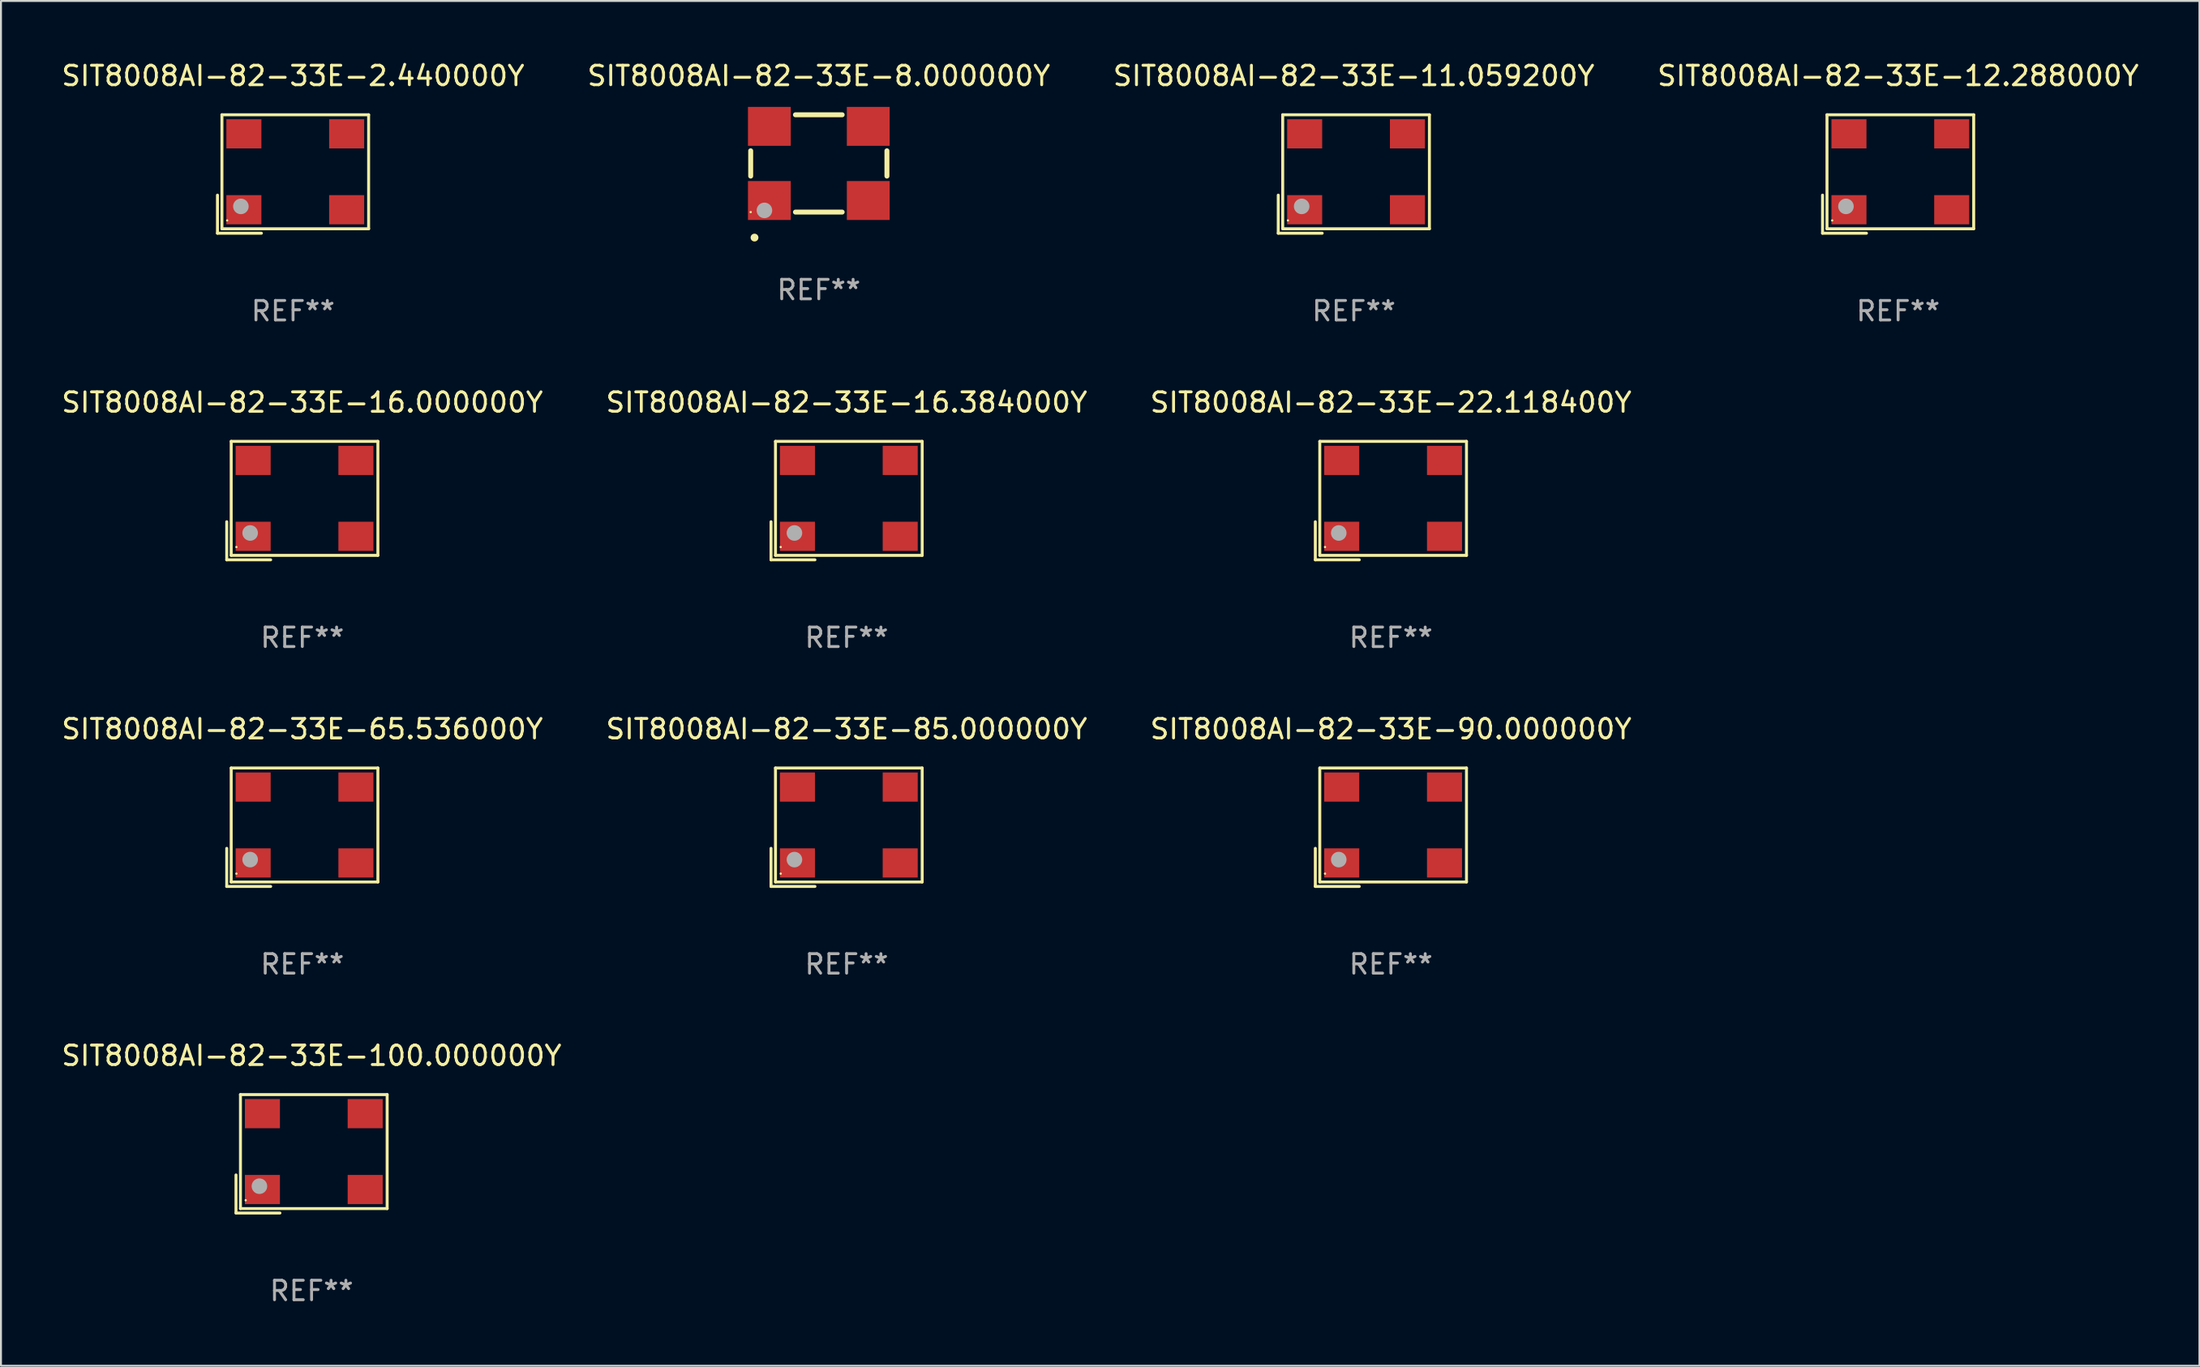
<source format=kicad_pcb>
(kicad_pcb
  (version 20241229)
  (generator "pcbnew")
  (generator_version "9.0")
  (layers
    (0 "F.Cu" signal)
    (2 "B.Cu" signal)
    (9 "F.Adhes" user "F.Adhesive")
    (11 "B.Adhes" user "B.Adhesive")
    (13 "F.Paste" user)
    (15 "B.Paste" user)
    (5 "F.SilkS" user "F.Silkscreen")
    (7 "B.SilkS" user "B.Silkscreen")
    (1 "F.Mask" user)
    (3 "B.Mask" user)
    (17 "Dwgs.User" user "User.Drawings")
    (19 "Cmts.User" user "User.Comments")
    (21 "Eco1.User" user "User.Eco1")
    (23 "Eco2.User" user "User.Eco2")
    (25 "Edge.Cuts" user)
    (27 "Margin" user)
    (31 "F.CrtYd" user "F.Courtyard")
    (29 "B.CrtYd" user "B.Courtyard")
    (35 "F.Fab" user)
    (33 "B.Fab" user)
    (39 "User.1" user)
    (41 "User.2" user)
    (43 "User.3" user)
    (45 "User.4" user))
  (footprint "SIT8008AI-82-33E-22.118400Y"
    (layer "F.Cu")
    (at 68.411 22.673)
    (property "Reference" "SIT8008AI-82-33E-22.118400Y" (at 0 -5.043 0) (layer "F.SilkS") (effects (font (size 1 1) (thickness 0.15))))
    (attr through_hole)
    (fp_line (start -3.883 1.086) (end -3.883 3.043) (stroke (width 0.152) (type solid)) (layer "F.SilkS"))
    (fp_line (start -3.883 3.043) (end -1.626 3.043) (stroke (width 0.152) (type solid)) (layer "F.SilkS"))
    (fp_line (start -3.654 -3.043) (end 3.883 -3.043) (stroke (width 0.152) (type solid)) (layer "F.SilkS"))
    (fp_line (start -3.654 2.814) (end -3.654 -3.043) (stroke (width 0.152) (type solid)) (layer "F.SilkS"))
    (fp_line (start 3.883 -3.043) (end 3.883 2.814) (stroke (width 0.152) (type solid)) (layer "F.SilkS"))
    (fp_line (start 3.883 2.814) (end -3.654 2.814) (stroke (width 0.152) (type solid)) (layer "F.SilkS"))
    (fp_circle (center -3.386 2.386) (end -3.356 2.386) (stroke (width 0.06) (type solid)) (fill no) (layer "F.SilkS"))
    (fp_circle (center -2.68 1.664) (end -2.48 1.664) (stroke (width 0.4) (type solid)) (fill no) (layer "F.Fab"))
    (fp_text user "REF**" (at 0 7.043 0) (layer "F.Fab") (effects (font (size 1 1) (thickness 0.15))))
    (pad "1" smd rect (at -2.526 1.836) (size 1.8 1.5) (layers "F.Cu" "F.Mask" "F.Paste"))
    (pad "2" smd rect (at 2.754 1.836) (size 1.8 1.5) (layers "F.Cu" "F.Mask" "F.Paste"))
    (pad "3" smd rect (at 2.754 -2.064) (size 1.8 1.5) (layers "F.Cu" "F.Mask" "F.Paste"))
    (pad "4" smd rect (at -2.526 -2.064) (size 1.8 1.5) (layers "F.Cu" "F.Mask" "F.Paste")))
  (footprint "SIT8008AI-82-33E-11.059200Y"
    (layer "F.Cu")
    (at 66.506 5.891)
    (property "Reference" "SIT8008AI-82-33E-11.059200Y" (at 0 -5.043 0) (layer "F.SilkS") (effects (font (size 1 1) (thickness 0.15))))
    (attr through_hole)
    (fp_line (start -3.883 1.086) (end -3.883 3.043) (stroke (width 0.152) (type solid)) (layer "F.SilkS"))
    (fp_line (start -3.883 3.043) (end -1.626 3.043) (stroke (width 0.152) (type solid)) (layer "F.SilkS"))
    (fp_line (start -3.654 -3.043) (end 3.883 -3.043) (stroke (width 0.152) (type solid)) (layer "F.SilkS"))
    (fp_line (start -3.654 2.814) (end -3.654 -3.043) (stroke (width 0.152) (type solid)) (layer "F.SilkS"))
    (fp_line (start 3.883 -3.043) (end 3.883 2.814) (stroke (width 0.152) (type solid)) (layer "F.SilkS"))
    (fp_line (start 3.883 2.814) (end -3.654 2.814) (stroke (width 0.152) (type solid)) (layer "F.SilkS"))
    (fp_circle (center -3.386 2.386) (end -3.356 2.386) (stroke (width 0.06) (type solid)) (fill no) (layer "F.SilkS"))
    (fp_circle (center -2.68 1.664) (end -2.48 1.664) (stroke (width 0.4) (type solid)) (fill no) (layer "F.Fab"))
    (fp_text user "REF**" (at 0 7.043 0) (layer "F.Fab") (effects (font (size 1 1) (thickness 0.15))))
    (pad "1" smd rect (at -2.526 1.836) (size 1.8 1.5) (layers "F.Cu" "F.Mask" "F.Paste"))
    (pad "2" smd rect (at 2.754 1.836) (size 1.8 1.5) (layers "F.Cu" "F.Mask" "F.Paste"))
    (pad "3" smd rect (at 2.754 -2.064) (size 1.8 1.5) (layers "F.Cu" "F.Mask" "F.Paste"))
    (pad "4" smd rect (at -2.526 -2.064) (size 1.8 1.5) (layers "F.Cu" "F.Mask" "F.Paste")))
  (footprint "SIT8008AI-82-33E-100.000000Y"
    (layer "F.Cu")
    (at 12.958 56.238)
    (property "Reference" "SIT8008AI-82-33E-100.000000Y" (at 0 -5.043 0) (layer "F.SilkS") (effects (font (size 1 1) (thickness 0.15))))
    (attr through_hole)
    (fp_line (start -3.883 1.086) (end -3.883 3.043) (stroke (width 0.152) (type solid)) (layer "F.SilkS"))
    (fp_line (start -3.883 3.043) (end -1.626 3.043) (stroke (width 0.152) (type solid)) (layer "F.SilkS"))
    (fp_line (start -3.654 -3.043) (end 3.883 -3.043) (stroke (width 0.152) (type solid)) (layer "F.SilkS"))
    (fp_line (start -3.654 2.814) (end -3.654 -3.043) (stroke (width 0.152) (type solid)) (layer "F.SilkS"))
    (fp_line (start 3.883 -3.043) (end 3.883 2.814) (stroke (width 0.152) (type solid)) (layer "F.SilkS"))
    (fp_line (start 3.883 2.814) (end -3.654 2.814) (stroke (width 0.152) (type solid)) (layer "F.SilkS"))
    (fp_circle (center -3.386 2.386) (end -3.356 2.386) (stroke (width 0.06) (type solid)) (fill no) (layer "F.SilkS"))
    (fp_circle (center -2.68 1.664) (end -2.48 1.664) (stroke (width 0.4) (type solid)) (fill no) (layer "F.Fab"))
    (fp_text user "REF**" (at 0 7.043 0) (layer "F.Fab") (effects (font (size 1 1) (thickness 0.15))))
    (pad "1" smd rect (at -2.526 1.836) (size 1.8 1.5) (layers "F.Cu" "F.Mask" "F.Paste"))
    (pad "2" smd rect (at 2.754 1.836) (size 1.8 1.5) (layers "F.Cu" "F.Mask" "F.Paste"))
    (pad "3" smd rect (at 2.754 -2.064) (size 1.8 1.5) (layers "F.Cu" "F.Mask" "F.Paste"))
    (pad "4" smd rect (at -2.526 -2.064) (size 1.8 1.5) (layers "F.Cu" "F.Mask" "F.Paste")))
  (footprint "SIT8008AI-82-33E-8.000000Y"
    (layer "F.Cu")
    (at 39.018 5.348)
    (property "Reference" "SIT8008AI-82-33E-8.000000Y" (at 0 -4.5 0) (layer "F.SilkS") (effects (font (size 1 1) (thickness 0.15))))
    (attr through_hole)
    (fp_line (start -3.5 0.65) (end -3.5 -0.65) (stroke (width 0.254) (type solid)) (layer "F.SilkS"))
    (fp_line (start 1.2 -2.5) (end -1.2 -2.5) (stroke (width 0.254) (type solid)) (layer "F.SilkS"))
    (fp_line (start 1.2 2.5) (end -1.2 2.5) (stroke (width 0.254) (type solid)) (layer "F.SilkS"))
    (fp_line (start 3.5 0.65) (end 3.5 -0.65) (stroke (width 0.254) (type solid)) (layer "F.SilkS"))
    (fp_arc (start -3.304547 3.81016) (mid -3.303277 3.810156) (end -3.302007 3.81016) (stroke (width 0.4) (type solid)) (layer "F.SilkS"))
    (fp_circle (center -3.5 2.5) (end -3.47 2.5) (stroke (width 0.06) (type solid)) (fill no) (layer "F.SilkS"))
    (fp_circle (center -2.794 2.413) (end -2.594 2.413) (stroke (width 0.4) (type solid)) (fill no) (layer "F.Fab"))
    (fp_text user "REF**" (at 0 6.5 0) (layer "F.Fab") (effects (font (size 1 1) (thickness 0.15))))
    (pad "1" smd rect (at -2.54 1.905 180) (size 2.2 2) (layers "F.Cu" "F.Mask" "F.Paste"))
    (pad "2" smd rect (at 2.54 1.905 180) (size 2.2 2) (layers "F.Cu" "F.Mask" "F.Paste"))
    (pad "3" smd rect (at 2.54 -1.905 180) (size 2.2 2) (layers "F.Cu" "F.Mask" "F.Paste"))
    (pad "4" smd rect (at -2.54 -1.905 180) (size 2.2 2) (layers "F.Cu" "F.Mask" "F.Paste")))
  (footprint "SIT8008AI-82-33E-12.288000Y"
    (layer "F.Cu")
    (at 94.47 5.891)
    (property "Reference" "SIT8008AI-82-33E-12.288000Y" (at 0 -5.043 0) (layer "F.SilkS") (effects (font (size 1 1) (thickness 0.15))))
    (attr through_hole)
    (fp_line (start -3.883 1.086) (end -3.883 3.043) (stroke (width 0.152) (type solid)) (layer "F.SilkS"))
    (fp_line (start -3.883 3.043) (end -1.626 3.043) (stroke (width 0.152) (type solid)) (layer "F.SilkS"))
    (fp_line (start -3.654 -3.043) (end 3.883 -3.043) (stroke (width 0.152) (type solid)) (layer "F.SilkS"))
    (fp_line (start -3.654 2.814) (end -3.654 -3.043) (stroke (width 0.152) (type solid)) (layer "F.SilkS"))
    (fp_line (start 3.883 -3.043) (end 3.883 2.814) (stroke (width 0.152) (type solid)) (layer "F.SilkS"))
    (fp_line (start 3.883 2.814) (end -3.654 2.814) (stroke (width 0.152) (type solid)) (layer "F.SilkS"))
    (fp_circle (center -3.386 2.386) (end -3.356 2.386) (stroke (width 0.06) (type solid)) (fill no) (layer "F.SilkS"))
    (fp_circle (center -2.68 1.664) (end -2.48 1.664) (stroke (width 0.4) (type solid)) (fill no) (layer "F.Fab"))
    (fp_text user "REF**" (at 0 7.043 0) (layer "F.Fab") (effects (font (size 1 1) (thickness 0.15))))
    (pad "1" smd rect (at -2.526 1.836) (size 1.8 1.5) (layers "F.Cu" "F.Mask" "F.Paste"))
    (pad "2" smd rect (at 2.754 1.836) (size 1.8 1.5) (layers "F.Cu" "F.Mask" "F.Paste"))
    (pad "3" smd rect (at 2.754 -2.064) (size 1.8 1.5) (layers "F.Cu" "F.Mask" "F.Paste"))
    (pad "4" smd rect (at -2.526 -2.064) (size 1.8 1.5) (layers "F.Cu" "F.Mask" "F.Paste")))
  (footprint "SIT8008AI-82-33E-2.440000Y"
    (layer "F.Cu")
    (at 12.006 5.891)
    (property "Reference" "SIT8008AI-82-33E-2.440000Y" (at 0 -5.043 0) (layer "F.SilkS") (effects (font (size 1 1) (thickness 0.15))))
    (attr through_hole)
    (fp_line (start -3.883 1.086) (end -3.883 3.043) (stroke (width 0.152) (type solid)) (layer "F.SilkS"))
    (fp_line (start -3.883 3.043) (end -1.626 3.043) (stroke (width 0.152) (type solid)) (layer "F.SilkS"))
    (fp_line (start -3.654 -3.043) (end 3.883 -3.043) (stroke (width 0.152) (type solid)) (layer "F.SilkS"))
    (fp_line (start -3.654 2.814) (end -3.654 -3.043) (stroke (width 0.152) (type solid)) (layer "F.SilkS"))
    (fp_line (start 3.883 -3.043) (end 3.883 2.814) (stroke (width 0.152) (type solid)) (layer "F.SilkS"))
    (fp_line (start 3.883 2.814) (end -3.654 2.814) (stroke (width 0.152) (type solid)) (layer "F.SilkS"))
    (fp_circle (center -3.386 2.386) (end -3.356 2.386) (stroke (width 0.06) (type solid)) (fill no) (layer "F.SilkS"))
    (fp_circle (center -2.68 1.664) (end -2.48 1.664) (stroke (width 0.4) (type solid)) (fill no) (layer "F.Fab"))
    (fp_text user "REF**" (at 0 7.043 0) (layer "F.Fab") (effects (font (size 1 1) (thickness 0.15))))
    (pad "1" smd rect (at -2.526 1.836) (size 1.8 1.5) (layers "F.Cu" "F.Mask" "F.Paste"))
    (pad "2" smd rect (at 2.754 1.836) (size 1.8 1.5) (layers "F.Cu" "F.Mask" "F.Paste"))
    (pad "3" smd rect (at 2.754 -2.064) (size 1.8 1.5) (layers "F.Cu" "F.Mask" "F.Paste"))
    (pad "4" smd rect (at -2.526 -2.064) (size 1.8 1.5) (layers "F.Cu" "F.Mask" "F.Paste")))
  (footprint "SIT8008AI-82-33E-85.000000Y"
    (layer "F.Cu")
    (at 40.446 39.456)
    (property "Reference" "SIT8008AI-82-33E-85.000000Y" (at 0 -5.043 0) (layer "F.SilkS") (effects (font (size 1 1) (thickness 0.15))))
    (attr through_hole)
    (fp_line (start -3.883 1.086) (end -3.883 3.043) (stroke (width 0.152) (type solid)) (layer "F.SilkS"))
    (fp_line (start -3.883 3.043) (end -1.626 3.043) (stroke (width 0.152) (type solid)) (layer "F.SilkS"))
    (fp_line (start -3.654 -3.043) (end 3.883 -3.043) (stroke (width 0.152) (type solid)) (layer "F.SilkS"))
    (fp_line (start -3.654 2.814) (end -3.654 -3.043) (stroke (width 0.152) (type solid)) (layer "F.SilkS"))
    (fp_line (start 3.883 -3.043) (end 3.883 2.814) (stroke (width 0.152) (type solid)) (layer "F.SilkS"))
    (fp_line (start 3.883 2.814) (end -3.654 2.814) (stroke (width 0.152) (type solid)) (layer "F.SilkS"))
    (fp_circle (center -3.386 2.386) (end -3.356 2.386) (stroke (width 0.06) (type solid)) (fill no) (layer "F.SilkS"))
    (fp_circle (center -2.68 1.664) (end -2.48 1.664) (stroke (width 0.4) (type solid)) (fill no) (layer "F.Fab"))
    (fp_text user "REF**" (at 0 7.043 0) (layer "F.Fab") (effects (font (size 1 1) (thickness 0.15))))
    (pad "1" smd rect (at -2.526 1.836) (size 1.8 1.5) (layers "F.Cu" "F.Mask" "F.Paste"))
    (pad "2" smd rect (at 2.754 1.836) (size 1.8 1.5) (layers "F.Cu" "F.Mask" "F.Paste"))
    (pad "3" smd rect (at 2.754 -2.064) (size 1.8 1.5) (layers "F.Cu" "F.Mask" "F.Paste"))
    (pad "4" smd rect (at -2.526 -2.064) (size 1.8 1.5) (layers "F.Cu" "F.Mask" "F.Paste")))
  (footprint "SIT8008AI-82-33E-90.000000Y"
    (layer "F.Cu")
    (at 68.411 39.456)
    (property "Reference" "SIT8008AI-82-33E-90.000000Y" (at 0 -5.043 0) (layer "F.SilkS") (effects (font (size 1 1) (thickness 0.15))))
    (attr through_hole)
    (fp_line (start -3.883 1.086) (end -3.883 3.043) (stroke (width 0.152) (type solid)) (layer "F.SilkS"))
    (fp_line (start -3.883 3.043) (end -1.626 3.043) (stroke (width 0.152) (type solid)) (layer "F.SilkS"))
    (fp_line (start -3.654 -3.043) (end 3.883 -3.043) (stroke (width 0.152) (type solid)) (layer "F.SilkS"))
    (fp_line (start -3.654 2.814) (end -3.654 -3.043) (stroke (width 0.152) (type solid)) (layer "F.SilkS"))
    (fp_line (start 3.883 -3.043) (end 3.883 2.814) (stroke (width 0.152) (type solid)) (layer "F.SilkS"))
    (fp_line (start 3.883 2.814) (end -3.654 2.814) (stroke (width 0.152) (type solid)) (layer "F.SilkS"))
    (fp_circle (center -3.386 2.386) (end -3.356 2.386) (stroke (width 0.06) (type solid)) (fill no) (layer "F.SilkS"))
    (fp_circle (center -2.68 1.664) (end -2.48 1.664) (stroke (width 0.4) (type solid)) (fill no) (layer "F.Fab"))
    (fp_text user "REF**" (at 0 7.043 0) (layer "F.Fab") (effects (font (size 1 1) (thickness 0.15))))
    (pad "1" smd rect (at -2.526 1.836) (size 1.8 1.5) (layers "F.Cu" "F.Mask" "F.Paste"))
    (pad "2" smd rect (at 2.754 1.836) (size 1.8 1.5) (layers "F.Cu" "F.Mask" "F.Paste"))
    (pad "3" smd rect (at 2.754 -2.064) (size 1.8 1.5) (layers "F.Cu" "F.Mask" "F.Paste"))
    (pad "4" smd rect (at -2.526 -2.064) (size 1.8 1.5) (layers "F.Cu" "F.Mask" "F.Paste")))
  (footprint "SIT8008AI-82-33E-16.384000Y"
    (layer "F.Cu")
    (at 40.446 22.673)
    (property "Reference" "SIT8008AI-82-33E-16.384000Y" (at 0 -5.043 0) (layer "F.SilkS") (effects (font (size 1 1) (thickness 0.15))))
    (attr through_hole)
    (fp_line (start -3.883 1.086) (end -3.883 3.043) (stroke (width 0.152) (type solid)) (layer "F.SilkS"))
    (fp_line (start -3.883 3.043) (end -1.626 3.043) (stroke (width 0.152) (type solid)) (layer "F.SilkS"))
    (fp_line (start -3.654 -3.043) (end 3.883 -3.043) (stroke (width 0.152) (type solid)) (layer "F.SilkS"))
    (fp_line (start -3.654 2.814) (end -3.654 -3.043) (stroke (width 0.152) (type solid)) (layer "F.SilkS"))
    (fp_line (start 3.883 -3.043) (end 3.883 2.814) (stroke (width 0.152) (type solid)) (layer "F.SilkS"))
    (fp_line (start 3.883 2.814) (end -3.654 2.814) (stroke (width 0.152) (type solid)) (layer "F.SilkS"))
    (fp_circle (center -3.386 2.386) (end -3.356 2.386) (stroke (width 0.06) (type solid)) (fill no) (layer "F.SilkS"))
    (fp_circle (center -2.68 1.664) (end -2.48 1.664) (stroke (width 0.4) (type solid)) (fill no) (layer "F.Fab"))
    (fp_text user "REF**" (at 0 7.043 0) (layer "F.Fab") (effects (font (size 1 1) (thickness 0.15))))
    (pad "1" smd rect (at -2.526 1.836) (size 1.8 1.5) (layers "F.Cu" "F.Mask" "F.Paste"))
    (pad "2" smd rect (at 2.754 1.836) (size 1.8 1.5) (layers "F.Cu" "F.Mask" "F.Paste"))
    (pad "3" smd rect (at 2.754 -2.064) (size 1.8 1.5) (layers "F.Cu" "F.Mask" "F.Paste"))
    (pad "4" smd rect (at -2.526 -2.064) (size 1.8 1.5) (layers "F.Cu" "F.Mask" "F.Paste")))
  (footprint "SIT8008AI-82-33E-16.000000Y"
    (layer "F.Cu")
    (at 12.482 22.673)
    (property "Reference" "SIT8008AI-82-33E-16.000000Y" (at 0 -5.043 0) (layer "F.SilkS") (effects (font (size 1 1) (thickness 0.15))))
    (attr through_hole)
    (fp_line (start -3.883 1.086) (end -3.883 3.043) (stroke (width 0.152) (type solid)) (layer "F.SilkS"))
    (fp_line (start -3.883 3.043) (end -1.626 3.043) (stroke (width 0.152) (type solid)) (layer "F.SilkS"))
    (fp_line (start -3.654 -3.043) (end 3.883 -3.043) (stroke (width 0.152) (type solid)) (layer "F.SilkS"))
    (fp_line (start -3.654 2.814) (end -3.654 -3.043) (stroke (width 0.152) (type solid)) (layer "F.SilkS"))
    (fp_line (start 3.883 -3.043) (end 3.883 2.814) (stroke (width 0.152) (type solid)) (layer "F.SilkS"))
    (fp_line (start 3.883 2.814) (end -3.654 2.814) (stroke (width 0.152) (type solid)) (layer "F.SilkS"))
    (fp_circle (center -3.386 2.386) (end -3.356 2.386) (stroke (width 0.06) (type solid)) (fill no) (layer "F.SilkS"))
    (fp_circle (center -2.68 1.664) (end -2.48 1.664) (stroke (width 0.4) (type solid)) (fill no) (layer "F.Fab"))
    (fp_text user "REF**" (at 0 7.043 0) (layer "F.Fab") (effects (font (size 1 1) (thickness 0.15))))
    (pad "1" smd rect (at -2.526 1.836) (size 1.8 1.5) (layers "F.Cu" "F.Mask" "F.Paste"))
    (pad "2" smd rect (at 2.754 1.836) (size 1.8 1.5) (layers "F.Cu" "F.Mask" "F.Paste"))
    (pad "3" smd rect (at 2.754 -2.064) (size 1.8 1.5) (layers "F.Cu" "F.Mask" "F.Paste"))
    (pad "4" smd rect (at -2.526 -2.064) (size 1.8 1.5) (layers "F.Cu" "F.Mask" "F.Paste")))
  (footprint "SIT8008AI-82-33E-65.536000Y"
    (layer "F.Cu")
    (at 12.482 39.456)
    (property "Reference" "SIT8008AI-82-33E-65.536000Y" (at 0 -5.043 0) (layer "F.SilkS") (effects (font (size 1 1) (thickness 0.15))))
    (attr through_hole)
    (fp_line (start -3.883 1.086) (end -3.883 3.043) (stroke (width 0.152) (type solid)) (layer "F.SilkS"))
    (fp_line (start -3.883 3.043) (end -1.626 3.043) (stroke (width 0.152) (type solid)) (layer "F.SilkS"))
    (fp_line (start -3.654 -3.043) (end 3.883 -3.043) (stroke (width 0.152) (type solid)) (layer "F.SilkS"))
    (fp_line (start -3.654 2.814) (end -3.654 -3.043) (stroke (width 0.152) (type solid)) (layer "F.SilkS"))
    (fp_line (start 3.883 -3.043) (end 3.883 2.814) (stroke (width 0.152) (type solid)) (layer "F.SilkS"))
    (fp_line (start 3.883 2.814) (end -3.654 2.814) (stroke (width 0.152) (type solid)) (layer "F.SilkS"))
    (fp_circle (center -3.386 2.386) (end -3.356 2.386) (stroke (width 0.06) (type solid)) (fill no) (layer "F.SilkS"))
    (fp_circle (center -2.68 1.664) (end -2.48 1.664) (stroke (width 0.4) (type solid)) (fill no) (layer "F.Fab"))
    (fp_text user "REF**" (at 0 7.043 0) (layer "F.Fab") (effects (font (size 1 1) (thickness 0.15))))
    (pad "1" smd rect (at -2.526 1.836) (size 1.8 1.5) (layers "F.Cu" "F.Mask" "F.Paste"))
    (pad "2" smd rect (at 2.754 1.836) (size 1.8 1.5) (layers "F.Cu" "F.Mask" "F.Paste"))
    (pad "3" smd rect (at 2.754 -2.064) (size 1.8 1.5) (layers "F.Cu" "F.Mask" "F.Paste"))
    (pad "4" smd rect (at -2.526 -2.064) (size 1.8 1.5) (layers "F.Cu" "F.Mask" "F.Paste")))
  (gr_rect
    (start -3 -3)
    (end 109.952 67.129)
    (stroke (width 0.1) (type default))
    (fill no)
    (layer "Edge.Cuts")))
</source>
